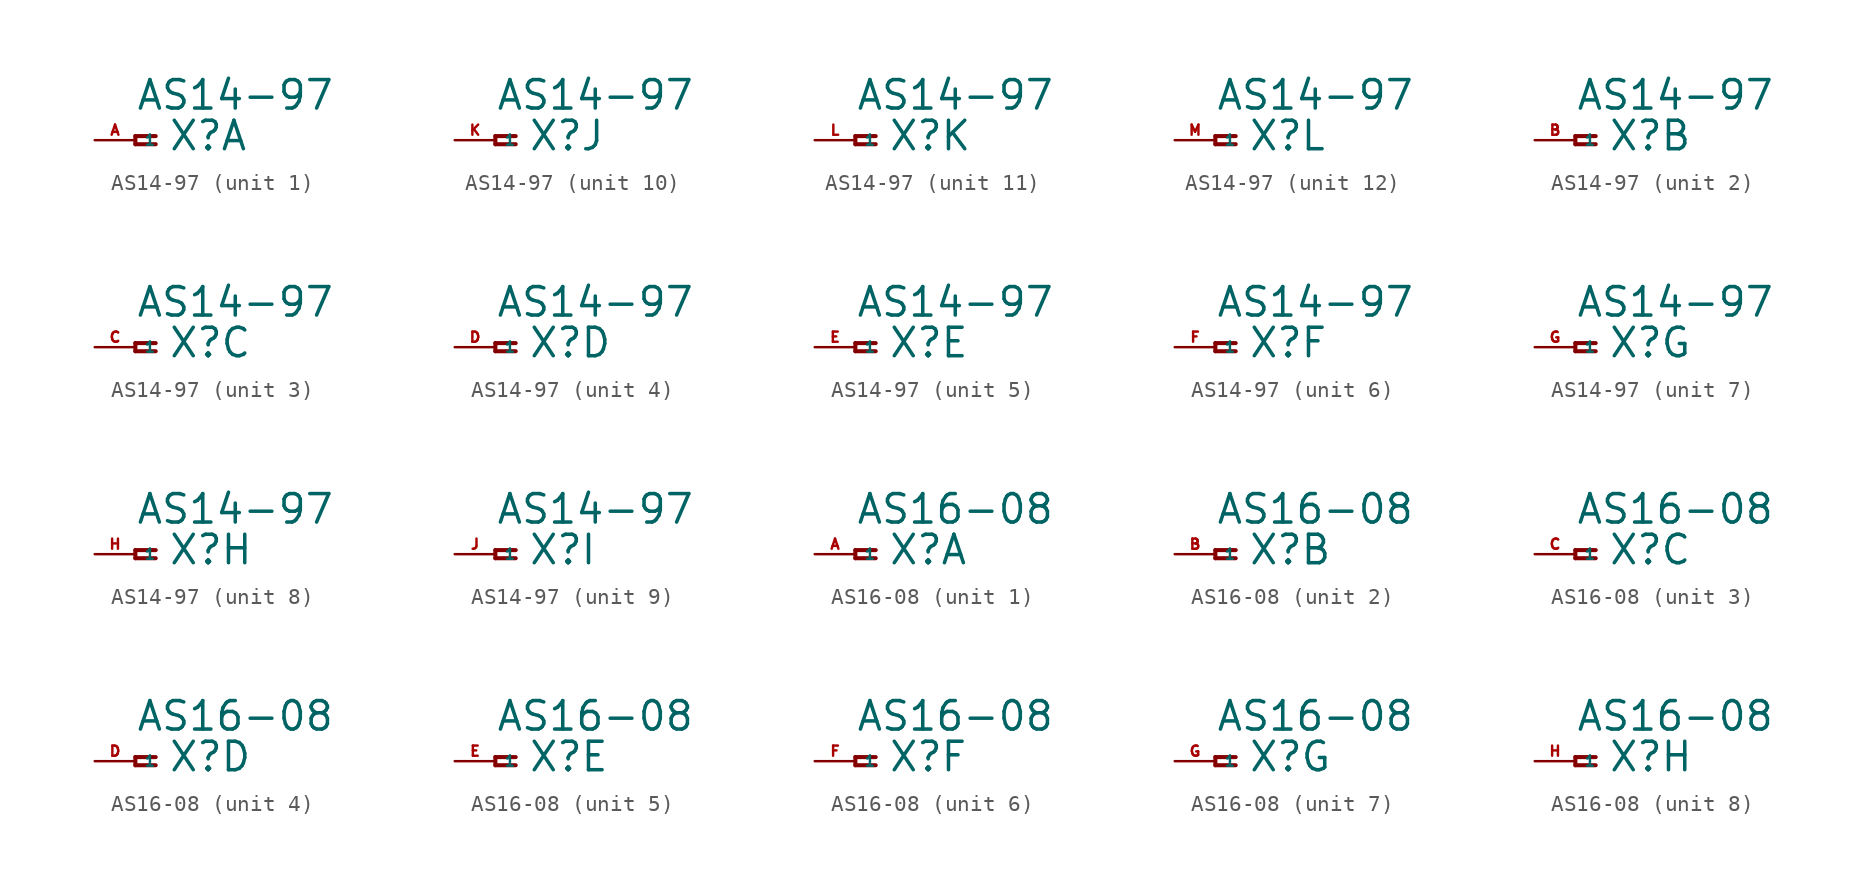
<source format=kicad_sym>
(kicad_symbol_lib
  (version 20220914)
  (generator Eagle2Kicad)
  (symbol "AS14-97"
    (property "Reference" "X"
      (at 2.032 -0.762 0)
      (effects (font (size 1.778 1.778) (thickness 0.22)) (justify left bottom)))
    (property "Value" "AS14-97"
      (at 0 1.778 0)
      (effects (font (size 1.778 1.778) (thickness 0.22)) (justify left bottom)))
    (symbol "AS14-97_1_0"
      (polyline (pts (xy 1.27 0.254) (xy 0 0.254)) (stroke (width 0.254) (type default)) (fill (type none)))
      (polyline (pts (xy 0 0.254) (xy 0 -0.254)) (stroke (width 0.254) (type default)) (fill (type none)))
      (polyline (pts (xy 0 -0.254) (xy 1.27 -0.254)) (stroke (width 0.254) (type default)) (fill (type none)))
      (pin passive line (at -2.54 0 0) (length 2.54) (name "1" (effects (font (size 0.635 0.635) (thickness 0.08)) (justify left bottom))) (number "A" (effects (font (size 0.635 0.635) (thickness 0.08)) (justify left bottom)))))
    (symbol "AS14-97_2_0"
      (polyline (pts (xy 1.27 0.254) (xy 0 0.254)) (stroke (width 0.254) (type default)) (fill (type none)))
      (polyline (pts (xy 0 0.254) (xy 0 -0.254)) (stroke (width 0.254) (type default)) (fill (type none)))
      (polyline (pts (xy 0 -0.254) (xy 1.27 -0.254)) (stroke (width 0.254) (type default)) (fill (type none)))
      (pin passive line (at -2.54 0 0) (length 2.54) (name "1" (effects (font (size 0.635 0.635) (thickness 0.08)) (justify left bottom))) (number "B" (effects (font (size 0.635 0.635) (thickness 0.08)) (justify left bottom)))))
    (symbol "AS14-97_3_0"
      (polyline (pts (xy 1.27 0.254) (xy 0 0.254)) (stroke (width 0.254) (type default)) (fill (type none)))
      (polyline (pts (xy 0 0.254) (xy 0 -0.254)) (stroke (width 0.254) (type default)) (fill (type none)))
      (polyline (pts (xy 0 -0.254) (xy 1.27 -0.254)) (stroke (width 0.254) (type default)) (fill (type none)))
      (pin passive line (at -2.54 0 0) (length 2.54) (name "1" (effects (font (size 0.635 0.635) (thickness 0.08)) (justify left bottom))) (number "C" (effects (font (size 0.635 0.635) (thickness 0.08)) (justify left bottom)))))
    (symbol "AS14-97_4_0"
      (polyline (pts (xy 1.27 0.254) (xy 0 0.254)) (stroke (width 0.254) (type default)) (fill (type none)))
      (polyline (pts (xy 0 0.254) (xy 0 -0.254)) (stroke (width 0.254) (type default)) (fill (type none)))
      (polyline (pts (xy 0 -0.254) (xy 1.27 -0.254)) (stroke (width 0.254) (type default)) (fill (type none)))
      (pin passive line (at -2.54 0 0) (length 2.54) (name "1" (effects (font (size 0.635 0.635) (thickness 0.08)) (justify left bottom))) (number "D" (effects (font (size 0.635 0.635) (thickness 0.08)) (justify left bottom)))))
    (symbol "AS14-97_5_0"
      (polyline (pts (xy 1.27 0.254) (xy 0 0.254)) (stroke (width 0.254) (type default)) (fill (type none)))
      (polyline (pts (xy 0 0.254) (xy 0 -0.254)) (stroke (width 0.254) (type default)) (fill (type none)))
      (polyline (pts (xy 0 -0.254) (xy 1.27 -0.254)) (stroke (width 0.254) (type default)) (fill (type none)))
      (pin passive line (at -2.54 0 0) (length 2.54) (name "1" (effects (font (size 0.635 0.635) (thickness 0.08)) (justify left bottom))) (number "E" (effects (font (size 0.635 0.635) (thickness 0.08)) (justify left bottom)))))
    (symbol "AS14-97_6_0"
      (polyline (pts (xy 1.27 0.254) (xy 0 0.254)) (stroke (width 0.254) (type default)) (fill (type none)))
      (polyline (pts (xy 0 0.254) (xy 0 -0.254)) (stroke (width 0.254) (type default)) (fill (type none)))
      (polyline (pts (xy 0 -0.254) (xy 1.27 -0.254)) (stroke (width 0.254) (type default)) (fill (type none)))
      (pin passive line (at -2.54 0 0) (length 2.54) (name "1" (effects (font (size 0.635 0.635) (thickness 0.08)) (justify left bottom))) (number "F" (effects (font (size 0.635 0.635) (thickness 0.08)) (justify left bottom)))))
    (symbol "AS14-97_7_0"
      (polyline (pts (xy 1.27 0.254) (xy 0 0.254)) (stroke (width 0.254) (type default)) (fill (type none)))
      (polyline (pts (xy 0 0.254) (xy 0 -0.254)) (stroke (width 0.254) (type default)) (fill (type none)))
      (polyline (pts (xy 0 -0.254) (xy 1.27 -0.254)) (stroke (width 0.254) (type default)) (fill (type none)))
      (pin passive line (at -2.54 0 0) (length 2.54) (name "1" (effects (font (size 0.635 0.635) (thickness 0.08)) (justify left bottom))) (number "G" (effects (font (size 0.635 0.635) (thickness 0.08)) (justify left bottom)))))
    (symbol "AS14-97_8_0"
      (polyline (pts (xy 1.27 0.254) (xy 0 0.254)) (stroke (width 0.254) (type default)) (fill (type none)))
      (polyline (pts (xy 0 0.254) (xy 0 -0.254)) (stroke (width 0.254) (type default)) (fill (type none)))
      (polyline (pts (xy 0 -0.254) (xy 1.27 -0.254)) (stroke (width 0.254) (type default)) (fill (type none)))
      (pin passive line (at -2.54 0 0) (length 2.54) (name "1" (effects (font (size 0.635 0.635) (thickness 0.08)) (justify left bottom))) (number "H" (effects (font (size 0.635 0.635) (thickness 0.08)) (justify left bottom)))))
    (symbol "AS14-97_9_0"
      (polyline (pts (xy 1.27 0.254) (xy 0 0.254)) (stroke (width 0.254) (type default)) (fill (type none)))
      (polyline (pts (xy 0 0.254) (xy 0 -0.254)) (stroke (width 0.254) (type default)) (fill (type none)))
      (polyline (pts (xy 0 -0.254) (xy 1.27 -0.254)) (stroke (width 0.254) (type default)) (fill (type none)))
      (pin passive line (at -2.54 0 0) (length 2.54) (name "1" (effects (font (size 0.635 0.635) (thickness 0.08)) (justify left bottom))) (number "J" (effects (font (size 0.635 0.635) (thickness 0.08)) (justify left bottom)))))
    (symbol "AS14-97_10_0"
      (polyline (pts (xy 1.27 0.254) (xy 0 0.254)) (stroke (width 0.254) (type default)) (fill (type none)))
      (polyline (pts (xy 0 0.254) (xy 0 -0.254)) (stroke (width 0.254) (type default)) (fill (type none)))
      (polyline (pts (xy 0 -0.254) (xy 1.27 -0.254)) (stroke (width 0.254) (type default)) (fill (type none)))
      (pin passive line (at -2.54 0 0) (length 2.54) (name "1" (effects (font (size 0.635 0.635) (thickness 0.08)) (justify left bottom))) (number "K" (effects (font (size 0.635 0.635) (thickness 0.08)) (justify left bottom)))))
    (symbol "AS14-97_11_0"
      (polyline (pts (xy 1.27 0.254) (xy 0 0.254)) (stroke (width 0.254) (type default)) (fill (type none)))
      (polyline (pts (xy 0 0.254) (xy 0 -0.254)) (stroke (width 0.254) (type default)) (fill (type none)))
      (polyline (pts (xy 0 -0.254) (xy 1.27 -0.254)) (stroke (width 0.254) (type default)) (fill (type none)))
      (pin passive line (at -2.54 0 0) (length 2.54) (name "1" (effects (font (size 0.635 0.635) (thickness 0.08)) (justify left bottom))) (number "L" (effects (font (size 0.635 0.635) (thickness 0.08)) (justify left bottom)))))
    (symbol "AS14-97_12_0"
      (polyline (pts (xy 1.27 0.254) (xy 0 0.254)) (stroke (width 0.254) (type default)) (fill (type none)))
      (polyline (pts (xy 0 0.254) (xy 0 -0.254)) (stroke (width 0.254) (type default)) (fill (type none)))
      (polyline (pts (xy 0 -0.254) (xy 1.27 -0.254)) (stroke (width 0.254) (type default)) (fill (type none)))
      (pin passive line (at -2.54 0 0) (length 2.54) (name "1" (effects (font (size 0.635 0.635) (thickness 0.08)) (justify left bottom))) (number "M" (effects (font (size 0.635 0.635) (thickness 0.08)) (justify left bottom))))))
  (symbol "AS16-08"
    (property "Reference" "X"
      (at 2.032 -0.762 0)
      (effects (font (size 1.778 1.778) (thickness 0.22)) (justify left bottom)))
    (property "Value" "AS16-08"
      (at 0 1.778 0)
      (effects (font (size 1.778 1.778) (thickness 0.22)) (justify left bottom)))
    (symbol "AS16-08_1_0"
      (polyline (pts (xy 1.27 0.254) (xy 0 0.254)) (stroke (width 0.254) (type default)) (fill (type none)))
      (polyline (pts (xy 0 0.254) (xy 0 -0.254)) (stroke (width 0.254) (type default)) (fill (type none)))
      (polyline (pts (xy 0 -0.254) (xy 1.27 -0.254)) (stroke (width 0.254) (type default)) (fill (type none)))
      (pin passive line (at -2.54 0 0) (length 2.54) (name "1" (effects (font (size 0.635 0.635) (thickness 0.08)) (justify left bottom))) (number "A" (effects (font (size 0.635 0.635) (thickness 0.08)) (justify left bottom)))))
    (symbol "AS16-08_2_0"
      (polyline (pts (xy 1.27 0.254) (xy 0 0.254)) (stroke (width 0.254) (type default)) (fill (type none)))
      (polyline (pts (xy 0 0.254) (xy 0 -0.254)) (stroke (width 0.254) (type default)) (fill (type none)))
      (polyline (pts (xy 0 -0.254) (xy 1.27 -0.254)) (stroke (width 0.254) (type default)) (fill (type none)))
      (pin passive line (at -2.54 0 0) (length 2.54) (name "1" (effects (font (size 0.635 0.635) (thickness 0.08)) (justify left bottom))) (number "B" (effects (font (size 0.635 0.635) (thickness 0.08)) (justify left bottom)))))
    (symbol "AS16-08_3_0"
      (polyline (pts (xy 1.27 0.254) (xy 0 0.254)) (stroke (width 0.254) (type default)) (fill (type none)))
      (polyline (pts (xy 0 0.254) (xy 0 -0.254)) (stroke (width 0.254) (type default)) (fill (type none)))
      (polyline (pts (xy 0 -0.254) (xy 1.27 -0.254)) (stroke (width 0.254) (type default)) (fill (type none)))
      (pin passive line (at -2.54 0 0) (length 2.54) (name "1" (effects (font (size 0.635 0.635) (thickness 0.08)) (justify left bottom))) (number "C" (effects (font (size 0.635 0.635) (thickness 0.08)) (justify left bottom)))))
    (symbol "AS16-08_4_0"
      (polyline (pts (xy 1.27 0.254) (xy 0 0.254)) (stroke (width 0.254) (type default)) (fill (type none)))
      (polyline (pts (xy 0 0.254) (xy 0 -0.254)) (stroke (width 0.254) (type default)) (fill (type none)))
      (polyline (pts (xy 0 -0.254) (xy 1.27 -0.254)) (stroke (width 0.254) (type default)) (fill (type none)))
      (pin passive line (at -2.54 0 0) (length 2.54) (name "1" (effects (font (size 0.635 0.635) (thickness 0.08)) (justify left bottom))) (number "D" (effects (font (size 0.635 0.635) (thickness 0.08)) (justify left bottom)))))
    (symbol "AS16-08_5_0"
      (polyline (pts (xy 1.27 0.254) (xy 0 0.254)) (stroke (width 0.254) (type default)) (fill (type none)))
      (polyline (pts (xy 0 0.254) (xy 0 -0.254)) (stroke (width 0.254) (type default)) (fill (type none)))
      (polyline (pts (xy 0 -0.254) (xy 1.27 -0.254)) (stroke (width 0.254) (type default)) (fill (type none)))
      (pin passive line (at -2.54 0 0) (length 2.54) (name "1" (effects (font (size 0.635 0.635) (thickness 0.08)) (justify left bottom))) (number "E" (effects (font (size 0.635 0.635) (thickness 0.08)) (justify left bottom)))))
    (symbol "AS16-08_6_0"
      (polyline (pts (xy 1.27 0.254) (xy 0 0.254)) (stroke (width 0.254) (type default)) (fill (type none)))
      (polyline (pts (xy 0 0.254) (xy 0 -0.254)) (stroke (width 0.254) (type default)) (fill (type none)))
      (polyline (pts (xy 0 -0.254) (xy 1.27 -0.254)) (stroke (width 0.254) (type default)) (fill (type none)))
      (pin passive line (at -2.54 0 0) (length 2.54) (name "1" (effects (font (size 0.635 0.635) (thickness 0.08)) (justify left bottom))) (number "F" (effects (font (size 0.635 0.635) (thickness 0.08)) (justify left bottom)))))
    (symbol "AS16-08_7_0"
      (polyline (pts (xy 1.27 0.254) (xy 0 0.254)) (stroke (width 0.254) (type default)) (fill (type none)))
      (polyline (pts (xy 0 0.254) (xy 0 -0.254)) (stroke (width 0.254) (type default)) (fill (type none)))
      (polyline (pts (xy 0 -0.254) (xy 1.27 -0.254)) (stroke (width 0.254) (type default)) (fill (type none)))
      (pin passive line (at -2.54 0 0) (length 2.54) (name "1" (effects (font (size 0.635 0.635) (thickness 0.08)) (justify left bottom))) (number "G" (effects (font (size 0.635 0.635) (thickness 0.08)) (justify left bottom)))))
    (symbol "AS16-08_8_0"
      (polyline (pts (xy 1.27 0.254) (xy 0 0.254)) (stroke (width 0.254) (type default)) (fill (type none)))
      (polyline (pts (xy 0 0.254) (xy 0 -0.254)) (stroke (width 0.254) (type default)) (fill (type none)))
      (polyline (pts (xy 0 -0.254) (xy 1.27 -0.254)) (stroke (width 0.254) (type default)) (fill (type none)))
      (pin passive line (at -2.54 0 0) (length 2.54) (name "1" (effects (font (size 0.635 0.635) (thickness 0.08)) (justify left bottom))) (number "H" (effects (font (size 0.635 0.635) (thickness 0.08)) (justify left bottom)))))))
</source>
